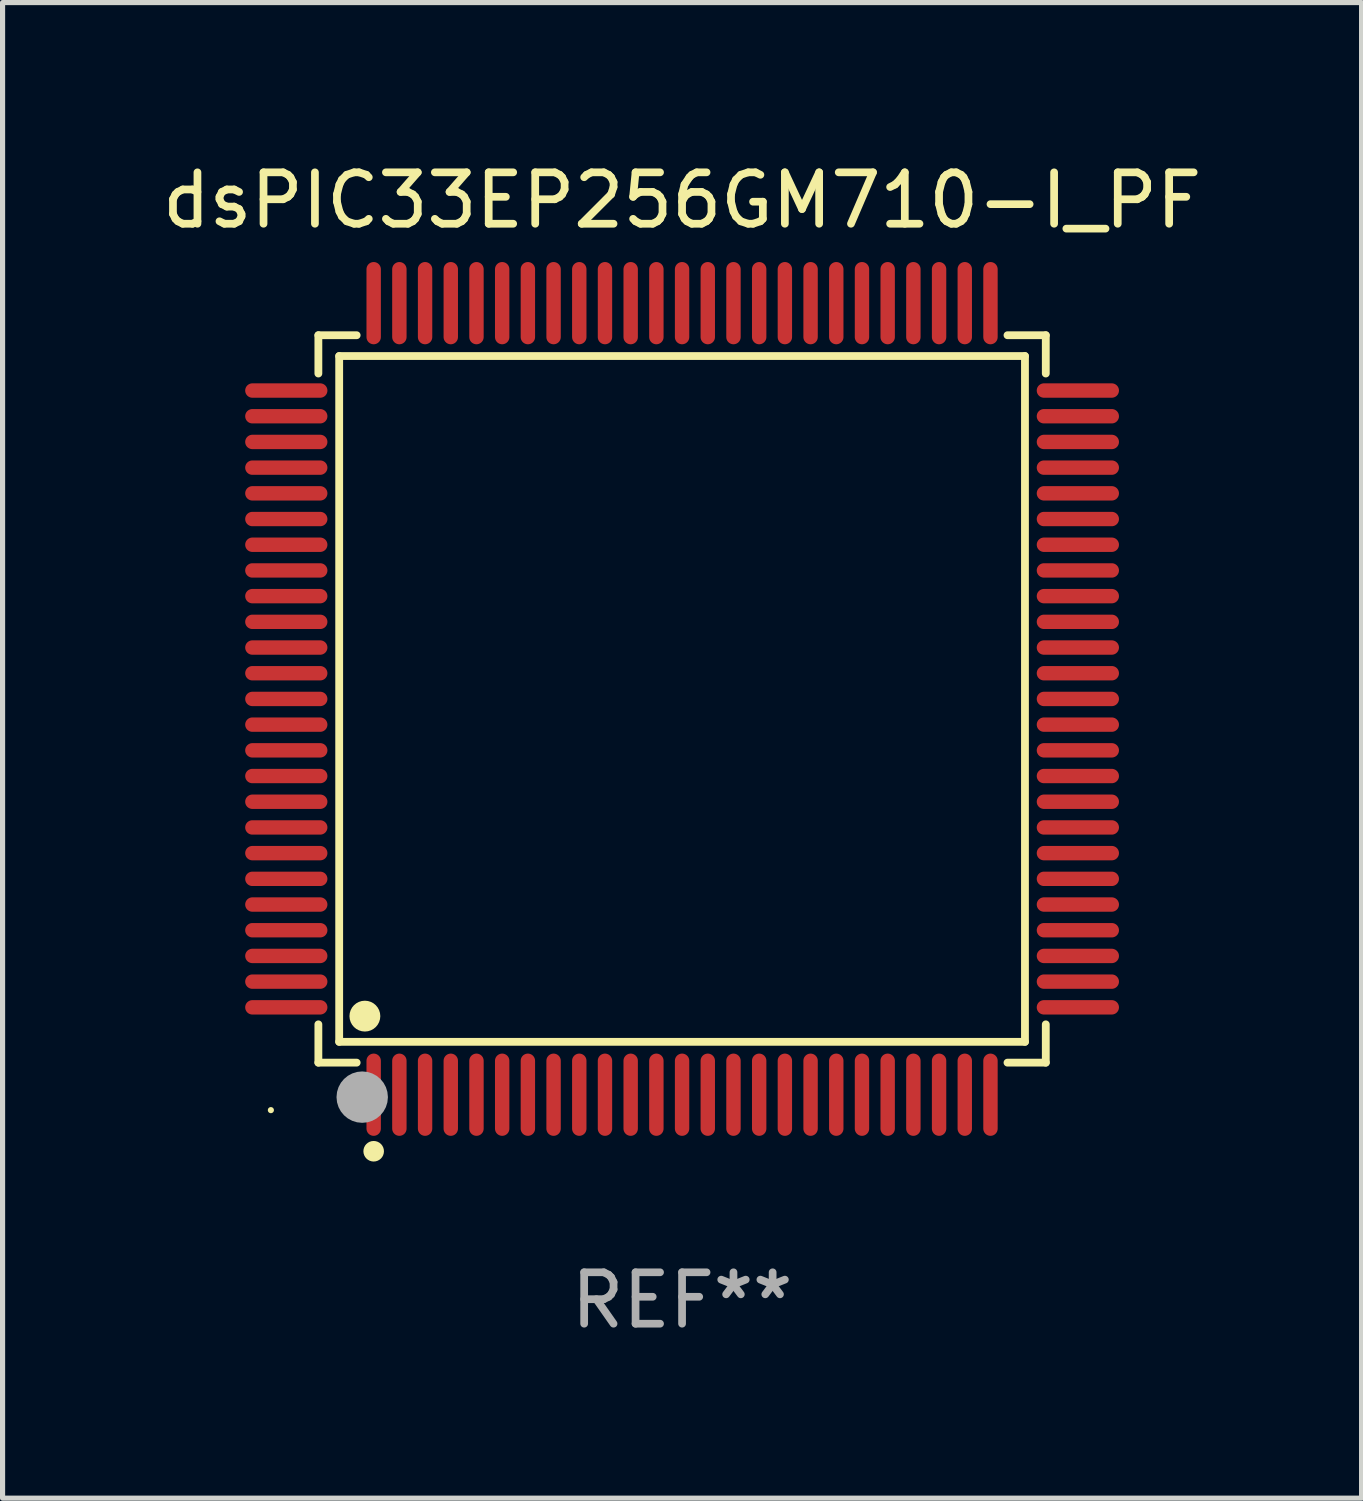
<source format=kicad_pcb>
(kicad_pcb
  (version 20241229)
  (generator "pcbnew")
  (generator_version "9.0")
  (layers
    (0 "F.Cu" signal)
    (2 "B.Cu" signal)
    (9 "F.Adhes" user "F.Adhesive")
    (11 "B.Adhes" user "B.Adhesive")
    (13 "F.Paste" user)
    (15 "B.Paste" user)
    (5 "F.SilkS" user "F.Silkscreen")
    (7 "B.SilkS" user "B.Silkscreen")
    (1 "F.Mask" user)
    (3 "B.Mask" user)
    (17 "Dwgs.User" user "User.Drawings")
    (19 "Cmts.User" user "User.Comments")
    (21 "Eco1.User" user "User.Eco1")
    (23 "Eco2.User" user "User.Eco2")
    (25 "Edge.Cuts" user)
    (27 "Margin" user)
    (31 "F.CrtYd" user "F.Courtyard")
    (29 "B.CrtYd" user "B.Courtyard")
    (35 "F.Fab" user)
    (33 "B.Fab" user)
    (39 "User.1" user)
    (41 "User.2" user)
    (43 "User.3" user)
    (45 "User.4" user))
  (footprint "dsPIC33EP256GM710-I_PF"
    (layer "F.Cu")
    (at 10.22 10.548)
    (property "Reference" "dsPIC33EP256GM710-I_PF" (at 0 -9.7 0) (layer "F.SilkS") (effects (font (size 1 1) (thickness 0.15))))
    (attr through_hole)
    (fp_line (start -7.076 -7.076) (end -6.331 -7.076) (stroke (width 0.152) (type solid)) (layer "F.SilkS"))
    (fp_line (start -7.076 -6.331) (end -7.076 -7.076) (stroke (width 0.152) (type solid)) (layer "F.SilkS"))
    (fp_line (start -7.076 6.331) (end -7.076 7.076) (stroke (width 0.152) (type solid)) (layer "F.SilkS"))
    (fp_line (start -7.076 7.076) (end -6.331 7.076) (stroke (width 0.152) (type solid)) (layer "F.SilkS"))
    (fp_line (start -6.671 -6.671) (end 6.671 -6.671) (stroke (width 0.152) (type solid)) (layer "F.SilkS"))
    (fp_line (start -6.671 6.671) (end -6.671 -6.671) (stroke (width 0.152) (type solid)) (layer "F.SilkS"))
    (fp_line (start 6.671 -6.671) (end 6.671 6.671) (stroke (width 0.152) (type solid)) (layer "F.SilkS"))
    (fp_line (start 6.671 6.671) (end -6.671 6.671) (stroke (width 0.152) (type solid)) (layer "F.SilkS"))
    (fp_line (start 7.076 -7.076) (end 6.331 -7.076) (stroke (width 0.152) (type solid)) (layer "F.SilkS"))
    (fp_line (start 7.076 -6.331) (end 7.076 -7.076) (stroke (width 0.152) (type solid)) (layer "F.SilkS"))
    (fp_line (start 7.076 6.331) (end 7.076 7.076) (stroke (width 0.152) (type solid)) (layer "F.SilkS"))
    (fp_line (start 7.076 7.076) (end 6.331 7.076) (stroke (width 0.152) (type solid)) (layer "F.SilkS"))
    (fp_circle (center -8 8) (end -7.97 8) (stroke (width 0.06) (type solid)) (fill no) (layer "F.SilkS"))
    (fp_circle (center -6.171 6.171) (end -6.021 6.171) (stroke (width 0.3) (type solid)) (fill no) (layer "F.SilkS"))
    (fp_circle (center -6 8.8) (end -5.9 8.8) (stroke (width 0.2) (type solid)) (fill no) (layer "F.SilkS"))
    (fp_circle (center -6.223 7.747) (end -5.973 7.747) (stroke (width 0.5) (type solid)) (fill no) (layer "F.Fab"))
    (fp_text user "REF**" (at 0 11.7 0) (layer "F.Fab") (effects (font (size 1 1) (thickness 0.15))))
    (pad "1" smd oval (at -6 7.7) (size 0.28 1.6) (layers "F.Cu" "F.Mask" "F.Paste"))
    (pad "2" smd oval (at -5.5 7.7) (size 0.28 1.6) (layers "F.Cu" "F.Mask" "F.Paste"))
    (pad "3" smd oval (at -5 7.7) (size 0.28 1.6) (layers "F.Cu" "F.Mask" "F.Paste"))
    (pad "4" smd oval (at -4.5 7.7) (size 0.28 1.6) (layers "F.Cu" "F.Mask" "F.Paste"))
    (pad "5" smd oval (at -4 7.7) (size 0.28 1.6) (layers "F.Cu" "F.Mask" "F.Paste"))
    (pad "6" smd oval (at -3.5 7.7) (size 0.28 1.6) (layers "F.Cu" "F.Mask" "F.Paste"))
    (pad "7" smd oval (at -3 7.7) (size 0.28 1.6) (layers "F.Cu" "F.Mask" "F.Paste"))
    (pad "8" smd oval (at -2.5 7.7) (size 0.28 1.6) (layers "F.Cu" "F.Mask" "F.Paste"))
    (pad "9" smd oval (at -2 7.7) (size 0.28 1.6) (layers "F.Cu" "F.Mask" "F.Paste"))
    (pad "10" smd oval (at -1.5 7.7) (size 0.28 1.6) (layers "F.Cu" "F.Mask" "F.Paste"))
    (pad "11" smd oval (at -1 7.7) (size 0.28 1.6) (layers "F.Cu" "F.Mask" "F.Paste"))
    (pad "12" smd oval (at -0.5 7.7) (size 0.28 1.6) (layers "F.Cu" "F.Mask" "F.Paste"))
    (pad "13" smd oval (at 0 7.7) (size 0.28 1.6) (layers "F.Cu" "F.Mask" "F.Paste"))
    (pad "14" smd oval (at 0.5 7.7) (size 0.28 1.6) (layers "F.Cu" "F.Mask" "F.Paste"))
    (pad "15" smd oval (at 1 7.7) (size 0.28 1.6) (layers "F.Cu" "F.Mask" "F.Paste"))
    (pad "16" smd oval (at 1.5 7.7) (size 0.28 1.6) (layers "F.Cu" "F.Mask" "F.Paste"))
    (pad "17" smd oval (at 2 7.7) (size 0.28 1.6) (layers "F.Cu" "F.Mask" "F.Paste"))
    (pad "18" smd oval (at 2.5 7.7) (size 0.28 1.6) (layers "F.Cu" "F.Mask" "F.Paste"))
    (pad "19" smd oval (at 3 7.7) (size 0.28 1.6) (layers "F.Cu" "F.Mask" "F.Paste"))
    (pad "20" smd oval (at 3.5 7.7) (size 0.28 1.6) (layers "F.Cu" "F.Mask" "F.Paste"))
    (pad "21" smd oval (at 4 7.7) (size 0.28 1.6) (layers "F.Cu" "F.Mask" "F.Paste"))
    (pad "22" smd oval (at 4.5 7.7) (size 0.28 1.6) (layers "F.Cu" "F.Mask" "F.Paste"))
    (pad "23" smd oval (at 5 7.7) (size 0.28 1.6) (layers "F.Cu" "F.Mask" "F.Paste"))
    (pad "24" smd oval (at 5.5 7.7) (size 0.28 1.6) (layers "F.Cu" "F.Mask" "F.Paste"))
    (pad "25" smd oval (at 6 7.7) (size 0.28 1.6) (layers "F.Cu" "F.Mask" "F.Paste"))
    (pad "26" smd oval (at 7.7 6) (size 1.6 0.28) (layers "F.Cu" "F.Mask" "F.Paste"))
    (pad "27" smd oval (at 7.7 5.5) (size 1.6 0.28) (layers "F.Cu" "F.Mask" "F.Paste"))
    (pad "28" smd oval (at 7.7 5) (size 1.6 0.28) (layers "F.Cu" "F.Mask" "F.Paste"))
    (pad "29" smd oval (at 7.7 4.5) (size 1.6 0.28) (layers "F.Cu" "F.Mask" "F.Paste"))
    (pad "30" smd oval (at 7.7 4) (size 1.6 0.28) (layers "F.Cu" "F.Mask" "F.Paste"))
    (pad "31" smd oval (at 7.7 3.5) (size 1.6 0.28) (layers "F.Cu" "F.Mask" "F.Paste"))
    (pad "32" smd oval (at 7.7 3) (size 1.6 0.28) (layers "F.Cu" "F.Mask" "F.Paste"))
    (pad "33" smd oval (at 7.7 2.5) (size 1.6 0.28) (layers "F.Cu" "F.Mask" "F.Paste"))
    (pad "34" smd oval (at 7.7 2) (size 1.6 0.28) (layers "F.Cu" "F.Mask" "F.Paste"))
    (pad "35" smd oval (at 7.7 1.5) (size 1.6 0.28) (layers "F.Cu" "F.Mask" "F.Paste"))
    (pad "36" smd oval (at 7.7 1) (size 1.6 0.28) (layers "F.Cu" "F.Mask" "F.Paste"))
    (pad "37" smd oval (at 7.7 0.5) (size 1.6 0.28) (layers "F.Cu" "F.Mask" "F.Paste"))
    (pad "38" smd oval (at 7.7 0) (size 1.6 0.28) (layers "F.Cu" "F.Mask" "F.Paste"))
    (pad "39" smd oval (at 7.7 -0.5) (size 1.6 0.28) (layers "F.Cu" "F.Mask" "F.Paste"))
    (pad "40" smd oval (at 7.7 -1) (size 1.6 0.28) (layers "F.Cu" "F.Mask" "F.Paste"))
    (pad "41" smd oval (at 7.7 -1.5) (size 1.6 0.28) (layers "F.Cu" "F.Mask" "F.Paste"))
    (pad "42" smd oval (at 7.7 -2) (size 1.6 0.28) (layers "F.Cu" "F.Mask" "F.Paste"))
    (pad "43" smd oval (at 7.7 -2.5) (size 1.6 0.28) (layers "F.Cu" "F.Mask" "F.Paste"))
    (pad "44" smd oval (at 7.7 -3) (size 1.6 0.28) (layers "F.Cu" "F.Mask" "F.Paste"))
    (pad "45" smd oval (at 7.7 -3.5) (size 1.6 0.28) (layers "F.Cu" "F.Mask" "F.Paste"))
    (pad "46" smd oval (at 7.7 -4) (size 1.6 0.28) (layers "F.Cu" "F.Mask" "F.Paste"))
    (pad "47" smd oval (at 7.7 -4.5) (size 1.6 0.28) (layers "F.Cu" "F.Mask" "F.Paste"))
    (pad "48" smd oval (at 7.7 -5) (size 1.6 0.28) (layers "F.Cu" "F.Mask" "F.Paste"))
    (pad "49" smd oval (at 7.7 -5.5) (size 1.6 0.28) (layers "F.Cu" "F.Mask" "F.Paste"))
    (pad "50" smd oval (at 7.7 -6) (size 1.6 0.28) (layers "F.Cu" "F.Mask" "F.Paste"))
    (pad "51" smd oval (at 6 -7.7) (size 0.28 1.6) (layers "F.Cu" "F.Mask" "F.Paste"))
    (pad "52" smd oval (at 5.5 -7.7) (size 0.28 1.6) (layers "F.Cu" "F.Mask" "F.Paste"))
    (pad "53" smd oval (at 5 -7.7) (size 0.28 1.6) (layers "F.Cu" "F.Mask" "F.Paste"))
    (pad "54" smd oval (at 4.5 -7.7) (size 0.28 1.6) (layers "F.Cu" "F.Mask" "F.Paste"))
    (pad "55" smd oval (at 4 -7.7) (size 0.28 1.6) (layers "F.Cu" "F.Mask" "F.Paste"))
    (pad "56" smd oval (at 3.5 -7.7) (size 0.28 1.6) (layers "F.Cu" "F.Mask" "F.Paste"))
    (pad "57" smd oval (at 3 -7.7) (size 0.28 1.6) (layers "F.Cu" "F.Mask" "F.Paste"))
    (pad "58" smd oval (at 2.5 -7.7) (size 0.28 1.6) (layers "F.Cu" "F.Mask" "F.Paste"))
    (pad "59" smd oval (at 2 -7.7) (size 0.28 1.6) (layers "F.Cu" "F.Mask" "F.Paste"))
    (pad "60" smd oval (at 1.5 -7.7) (size 0.28 1.6) (layers "F.Cu" "F.Mask" "F.Paste"))
    (pad "61" smd oval (at 1 -7.7) (size 0.28 1.6) (layers "F.Cu" "F.Mask" "F.Paste"))
    (pad "62" smd oval (at 0.5 -7.7) (size 0.28 1.6) (layers "F.Cu" "F.Mask" "F.Paste"))
    (pad "63" smd oval (at 0 -7.7) (size 0.28 1.6) (layers "F.Cu" "F.Mask" "F.Paste"))
    (pad "64" smd oval (at -0.5 -7.7) (size 0.28 1.6) (layers "F.Cu" "F.Mask" "F.Paste"))
    (pad "65" smd oval (at -1 -7.7) (size 0.28 1.6) (layers "F.Cu" "F.Mask" "F.Paste"))
    (pad "66" smd oval (at -1.5 -7.7) (size 0.28 1.6) (layers "F.Cu" "F.Mask" "F.Paste"))
    (pad "67" smd oval (at -2 -7.7) (size 0.28 1.6) (layers "F.Cu" "F.Mask" "F.Paste"))
    (pad "68" smd oval (at -2.5 -7.7) (size 0.28 1.6) (layers "F.Cu" "F.Mask" "F.Paste"))
    (pad "69" smd oval (at -3 -7.7) (size 0.28 1.6) (layers "F.Cu" "F.Mask" "F.Paste"))
    (pad "70" smd oval (at -3.5 -7.7) (size 0.28 1.6) (layers "F.Cu" "F.Mask" "F.Paste"))
    (pad "71" smd oval (at -4 -7.7) (size 0.28 1.6) (layers "F.Cu" "F.Mask" "F.Paste"))
    (pad "72" smd oval (at -4.5 -7.7) (size 0.28 1.6) (layers "F.Cu" "F.Mask" "F.Paste"))
    (pad "73" smd oval (at -5 -7.7) (size 0.28 1.6) (layers "F.Cu" "F.Mask" "F.Paste"))
    (pad "74" smd oval (at -5.5 -7.7) (size 0.28 1.6) (layers "F.Cu" "F.Mask" "F.Paste"))
    (pad "75" smd oval (at -6 -7.7) (size 0.28 1.6) (layers "F.Cu" "F.Mask" "F.Paste"))
    (pad "76" smd oval (at -7.7 -6) (size 1.6 0.28) (layers "F.Cu" "F.Mask" "F.Paste"))
    (pad "77" smd oval (at -7.7 -5.5) (size 1.6 0.28) (layers "F.Cu" "F.Mask" "F.Paste"))
    (pad "78" smd oval (at -7.7 -5) (size 1.6 0.28) (layers "F.Cu" "F.Mask" "F.Paste"))
    (pad "79" smd oval (at -7.7 -4.5) (size 1.6 0.28) (layers "F.Cu" "F.Mask" "F.Paste"))
    (pad "80" smd oval (at -7.7 -4) (size 1.6 0.28) (layers "F.Cu" "F.Mask" "F.Paste"))
    (pad "81" smd oval (at -7.7 -3.5) (size 1.6 0.28) (layers "F.Cu" "F.Mask" "F.Paste"))
    (pad "82" smd oval (at -7.7 -3) (size 1.6 0.28) (layers "F.Cu" "F.Mask" "F.Paste"))
    (pad "83" smd oval (at -7.7 -2.5) (size 1.6 0.28) (layers "F.Cu" "F.Mask" "F.Paste"))
    (pad "84" smd oval (at -7.7 -2) (size 1.6 0.28) (layers "F.Cu" "F.Mask" "F.Paste"))
    (pad "85" smd oval (at -7.7 -1.5) (size 1.6 0.28) (layers "F.Cu" "F.Mask" "F.Paste"))
    (pad "86" smd oval (at -7.7 -1) (size 1.6 0.28) (layers "F.Cu" "F.Mask" "F.Paste"))
    (pad "87" smd oval (at -7.7 -0.5) (size 1.6 0.28) (layers "F.Cu" "F.Mask" "F.Paste"))
    (pad "88" smd oval (at -7.7 0) (size 1.6 0.28) (layers "F.Cu" "F.Mask" "F.Paste"))
    (pad "89" smd oval (at -7.7 0.5) (size 1.6 0.28) (layers "F.Cu" "F.Mask" "F.Paste"))
    (pad "90" smd oval (at -7.7 1) (size 1.6 0.28) (layers "F.Cu" "F.Mask" "F.Paste"))
    (pad "91" smd oval (at -7.7 1.5) (size 1.6 0.28) (layers "F.Cu" "F.Mask" "F.Paste"))
    (pad "92" smd oval (at -7.7 2) (size 1.6 0.28) (layers "F.Cu" "F.Mask" "F.Paste"))
    (pad "93" smd oval (at -7.7 2.5) (size 1.6 0.28) (layers "F.Cu" "F.Mask" "F.Paste"))
    (pad "94" smd oval (at -7.7 3) (size 1.6 0.28) (layers "F.Cu" "F.Mask" "F.Paste"))
    (pad "95" smd oval (at -7.7 3.5) (size 1.6 0.28) (layers "F.Cu" "F.Mask" "F.Paste"))
    (pad "96" smd oval (at -7.7 4) (size 1.6 0.28) (layers "F.Cu" "F.Mask" "F.Paste"))
    (pad "97" smd oval (at -7.7 4.5) (size 1.6 0.28) (layers "F.Cu" "F.Mask" "F.Paste"))
    (pad "98" smd oval (at -7.7 5) (size 1.6 0.28) (layers "F.Cu" "F.Mask" "F.Paste"))
    (pad "99" smd oval (at -7.7 5.5) (size 1.6 0.28) (layers "F.Cu" "F.Mask" "F.Paste"))
    (pad "100" smd oval (at -7.7 6) (size 1.6 0.28) (layers "F.Cu" "F.Mask" "F.Paste")))
  (gr_rect
    (start -3 -3)
    (end 23.44 26.097)
    (stroke (width 0.1) (type default))
    (fill no)
    (layer "Edge.Cuts")))
</source>
